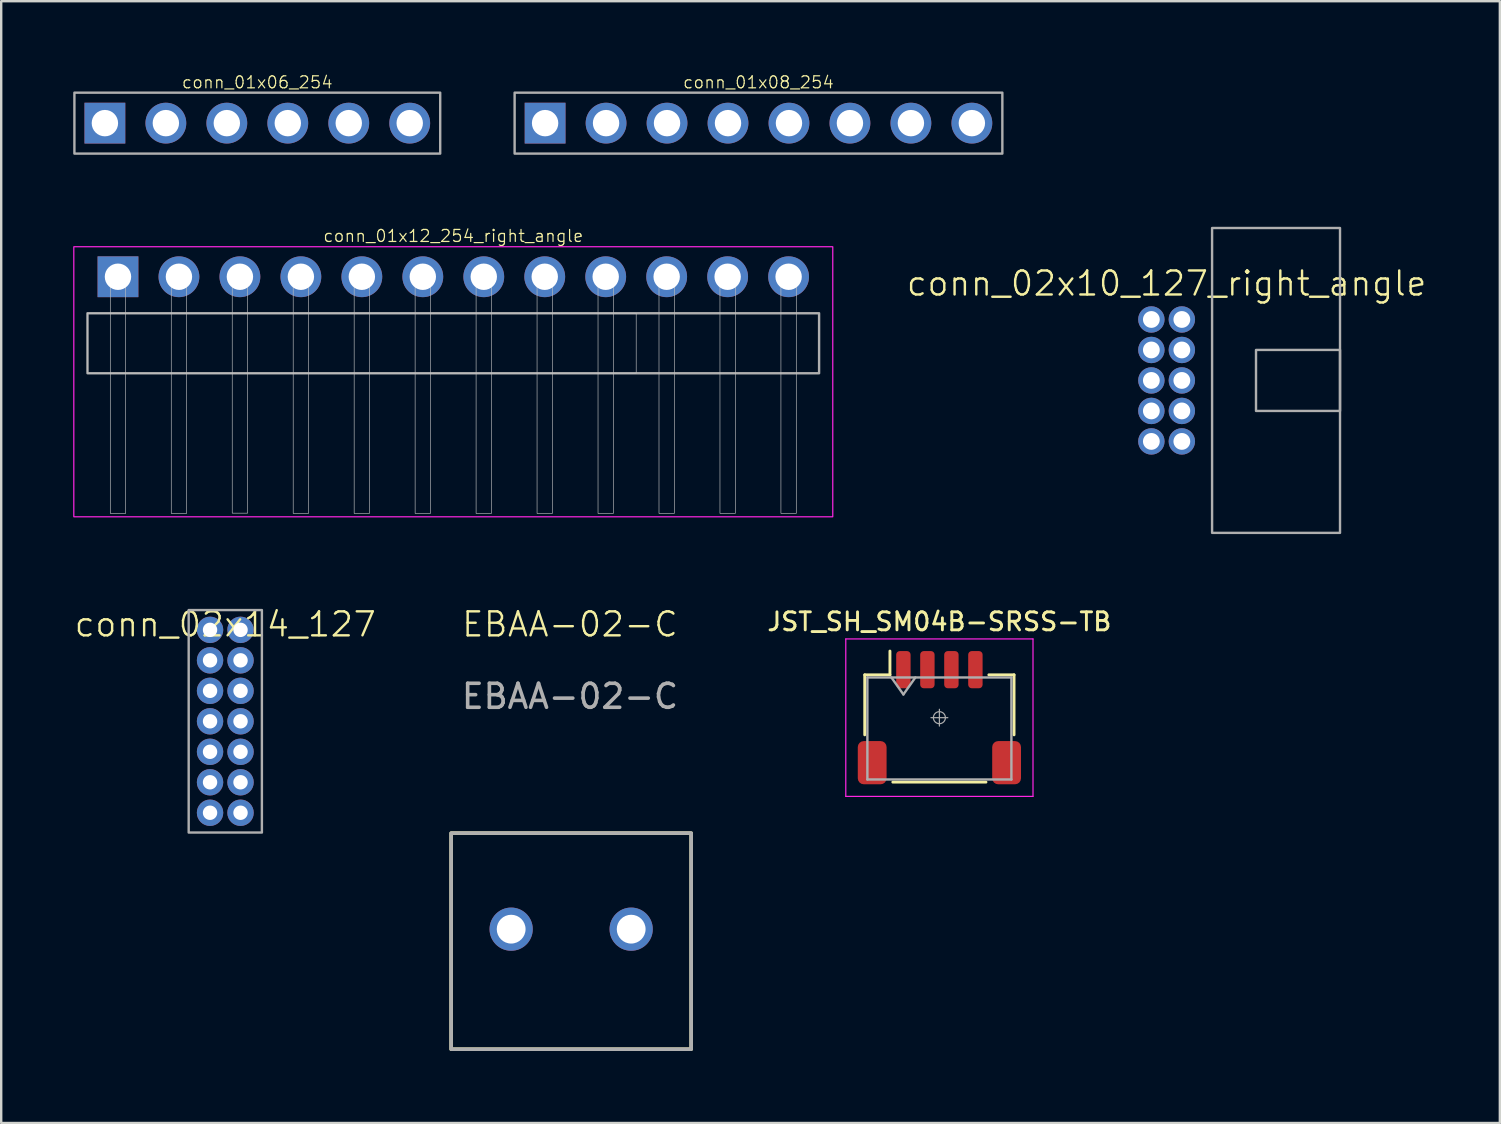
<source format=kicad_pcb>
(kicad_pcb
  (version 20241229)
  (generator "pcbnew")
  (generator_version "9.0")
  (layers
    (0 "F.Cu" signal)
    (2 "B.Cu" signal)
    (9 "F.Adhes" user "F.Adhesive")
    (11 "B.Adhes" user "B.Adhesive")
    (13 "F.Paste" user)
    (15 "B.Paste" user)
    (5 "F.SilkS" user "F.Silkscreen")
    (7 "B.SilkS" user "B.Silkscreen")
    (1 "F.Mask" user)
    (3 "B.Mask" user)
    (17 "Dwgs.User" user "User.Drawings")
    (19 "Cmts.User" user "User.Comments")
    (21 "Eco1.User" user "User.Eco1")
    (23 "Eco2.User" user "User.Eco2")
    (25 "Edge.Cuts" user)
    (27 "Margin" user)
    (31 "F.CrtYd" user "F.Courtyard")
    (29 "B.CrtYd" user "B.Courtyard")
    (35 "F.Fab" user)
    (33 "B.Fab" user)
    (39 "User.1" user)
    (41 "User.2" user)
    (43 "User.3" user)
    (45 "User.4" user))
  (footprint "conn_02x14_127"
    (layer "F.Cu")
    (at 6.336 27.001)
    (property "Reference" "conn_02x14_127" (at 0 -4.04 0) (unlocked yes) (layer "F.SilkS") (effects (font (size 1 1) (thickness 0.1))))
    (attr through_hole)
    (fp_rect (start -1.525 -4.635) (end 1.525 4.635) (stroke (width 0.1) (type solid)) (fill no) (layer "F.Fab"))
    (pad "1" thru_hole circle (at -0.635 -3.81) (size 1.1 1.1) (drill 0.6) (layers "*.Cu" "*.Mask"))
    (pad "2" thru_hole circle (at 0.635 -3.81) (size 1.1 1.1) (drill 0.6) (layers "*.Cu" "*.Mask"))
    (pad "3" thru_hole circle (at -0.635 -2.54) (size 1.1 1.1) (drill 0.6) (layers "*.Cu" "*.Mask"))
    (pad "4" thru_hole circle (at 0.635 -2.54) (size 1.1 1.1) (drill 0.6) (layers "*.Cu" "*.Mask"))
    (pad "5" thru_hole circle (at -0.635 -1.27) (size 1.1 1.1) (drill 0.6) (layers "*.Cu" "*.Mask"))
    (pad "6" thru_hole circle (at 0.635 -1.27) (size 1.1 1.1) (drill 0.6) (layers "*.Cu" "*.Mask"))
    (pad "7" thru_hole circle (at -0.635 0) (size 1.1 1.1) (drill 0.6) (layers "*.Cu" "*.Mask"))
    (pad "8" thru_hole circle (at 0.635 0) (size 1.1 1.1) (drill 0.6) (layers "*.Cu" "*.Mask"))
    (pad "9" thru_hole circle (at -0.635 1.27) (size 1.1 1.1) (drill 0.6) (layers "*.Cu" "*.Mask"))
    (pad "10" thru_hole circle (at 0.635 1.27) (size 1.1 1.1) (drill 0.6) (layers "*.Cu" "*.Mask"))
    (pad "11" thru_hole circle (at -0.635 2.54) (size 1.1 1.1) (drill 0.6) (layers "*.Cu" "*.Mask"))
    (pad "12" thru_hole circle (at 0.635 2.54) (size 1.1 1.1) (drill 0.6) (layers "*.Cu" "*.Mask"))
    (pad "13" thru_hole circle (at -0.635 3.81) (size 1.1 1.1) (drill 0.6) (layers "*.Cu" "*.Mask"))
    (pad "14" thru_hole circle (at 0.635 3.81) (size 1.1 1.1) (drill 0.6) (layers "*.Cu" "*.Mask")))
  (footprint "JST_SH_SM04B-SRSS-TB"
    (layer "F.Cu")
    (at 36.087 26.85)
    (property "Reference" "JST_SH_SM04B-SRSS-TB" (at 0 -4 0) (unlocked yes) (layer "F.SilkS") (effects (font (size 0.75 0.75) (thickness 0.12))))
    (attr smd)
    (fp_line (start -3.11 -1.785) (end -2.06 -1.785) (stroke (width 0.12) (type solid)) (layer "F.SilkS"))
    (fp_line (start -3.11 0.715) (end -3.11 -1.785) (stroke (width 0.12) (type solid)) (layer "F.SilkS"))
    (fp_line (start -2.06 -1.785) (end -2.06 -2.775) (stroke (width 0.12) (type solid)) (layer "F.SilkS"))
    (fp_line (start -1.94 2.685) (end 1.94 2.685) (stroke (width 0.12) (type solid)) (layer "F.SilkS"))
    (fp_line (start 3.11 -1.785) (end 2.06 -1.785) (stroke (width 0.12) (type solid)) (layer "F.SilkS"))
    (fp_line (start 3.11 0.715) (end 3.11 -1.785) (stroke (width 0.12) (type solid)) (layer "F.SilkS"))
    (fp_line (start -3.9 -3.28) (end -3.9 3.28) (stroke (width 0.05) (type solid)) (layer "F.CrtYd"))
    (fp_line (start -3.9 3.28) (end 3.9 3.28) (stroke (width 0.05) (type solid)) (layer "F.CrtYd"))
    (fp_line (start 3.9 -3.28) (end -3.9 -3.28) (stroke (width 0.05) (type solid)) (layer "F.CrtYd"))
    (fp_line (start 3.9 3.28) (end 3.9 -3.28) (stroke (width 0.05) (type solid)) (layer "F.CrtYd"))
    (fp_line (start -3 -1.675) (end -3 2.575) (stroke (width 0.1) (type solid)) (layer "F.Fab"))
    (fp_line (start -3 -1.675) (end 3 -1.675) (stroke (width 0.1) (type solid)) (layer "F.Fab"))
    (fp_line (start -3 2.575) (end 3 2.575) (stroke (width 0.1) (type solid)) (layer "F.Fab"))
    (fp_line (start -2 -1.675) (end -1.5 -0.968) (stroke (width 0.1) (type solid)) (layer "F.Fab"))
    (fp_line (start -1.5 -0.968) (end -1 -1.675) (stroke (width 0.1) (type solid)) (layer "F.Fab"))
    (fp_line (start -0.35 0) (end 0.35 0) (stroke (width 0.05) (type solid)) (layer "F.Fab"))
    (fp_line (start 0 -0.35) (end 0 0.35) (stroke (width 0.05) (type solid)) (layer "F.Fab"))
    (fp_line (start 3 -1.675) (end 3 2.575) (stroke (width 0.1) (type solid)) (layer "F.Fab"))
    (fp_circle (center 0 0) (end 0.25 0) (stroke (width 0.05) (type solid)) (fill no) (layer "F.Fab"))
    (pad "1" smd roundrect (at -1.5 -2) (size 0.6 1.55) (layers "F.Cu" "F.Mask" "F.Paste") (roundrect_rratio 0.25))
    (pad "2" smd roundrect (at -0.5 -2) (size 0.6 1.55) (layers "F.Cu" "F.Mask" "F.Paste") (roundrect_rratio 0.25))
    (pad "3" smd roundrect (at 0.5 -2) (size 0.6 1.55) (layers "F.Cu" "F.Mask" "F.Paste") (roundrect_rratio 0.25))
    (pad "4" smd roundrect (at 1.5 -2) (size 0.6 1.55) (layers "F.Cu" "F.Mask" "F.Paste") (roundrect_rratio 0.25))
    (pad "MP" smd roundrect (at -2.8 1.875) (size 1.2 1.8) (layers "F.Cu" "F.Mask" "F.Paste") (roundrect_rratio 0.208))
    (pad "MP" smd roundrect (at 2.8 1.875) (size 1.2 1.8) (layers "F.Cu" "F.Mask" "F.Paste") (roundrect_rratio 0.208)))
  (footprint "conn_01x12_254_right_angle"
    (layer "F.Cu")
    (at 15.835 8.48)
    (property "Reference" "conn_01x12_254_right_angle" (at 0 -1.7 0) (unlocked yes) (layer "F.SilkS") (effects (font (size 0.5 0.5) (thickness 0.05))))
    (attr through_hole)
    (fp_rect (start -15.24 1.52) (end 7.62 4.02) (stroke (width 0.025) (type default)) (fill no) (layer "Dwgs.User"))
    (fp_rect (start -14.29 -0.32) (end -13.65 0.32) (stroke (width 0.025) (type default)) (fill no) (layer "Dwgs.User"))
    (fp_rect (start -14.29 0.32) (end -13.65 9.86) (stroke (width 0.025) (type default)) (fill no) (layer "Dwgs.User"))
    (fp_rect (start -11.75 -0.32) (end -11.11 0.32) (stroke (width 0.025) (type default)) (fill no) (layer "Dwgs.User"))
    (fp_rect (start -11.75 0.32) (end -11.11 9.86) (stroke (width 0.025) (type default)) (fill no) (layer "Dwgs.User"))
    (fp_rect (start -9.21 -0.33) (end -8.57 0.31) (stroke (width 0.025) (type default)) (fill no) (layer "Dwgs.User"))
    (fp_rect (start -9.21 0.31) (end -8.57 9.85) (stroke (width 0.025) (type default)) (fill no) (layer "Dwgs.User"))
    (fp_rect (start -6.67 -0.32) (end -6.03 0.32) (stroke (width 0.025) (type default)) (fill no) (layer "Dwgs.User"))
    (fp_rect (start -6.67 0.32) (end -6.03 9.86) (stroke (width 0.025) (type default)) (fill no) (layer "Dwgs.User"))
    (fp_rect (start -4.13 -0.32) (end -3.49 0.32) (stroke (width 0.025) (type default)) (fill no) (layer "Dwgs.User"))
    (fp_rect (start -4.13 0.32) (end -3.49 9.86) (stroke (width 0.025) (type default)) (fill no) (layer "Dwgs.User"))
    (fp_rect (start -1.59 -0.32) (end -0.95 0.32) (stroke (width 0.025) (type default)) (fill no) (layer "Dwgs.User"))
    (fp_rect (start -1.59 0.32) (end -0.95 9.86) (stroke (width 0.025) (type default)) (fill no) (layer "Dwgs.User"))
    (fp_rect (start 0.95 -0.32) (end 1.59 0.32) (stroke (width 0.025) (type default)) (fill no) (layer "Dwgs.User"))
    (fp_rect (start 0.95 0.32) (end 1.59 9.86) (stroke (width 0.025) (type default)) (fill no) (layer "Dwgs.User"))
    (fp_rect (start 3.49 -0.32) (end 4.13 0.32) (stroke (width 0.025) (type default)) (fill no) (layer "Dwgs.User"))
    (fp_rect (start 3.49 0.32) (end 4.13 9.86) (stroke (width 0.025) (type default)) (fill no) (layer "Dwgs.User"))
    (fp_rect (start 6.03 -0.32) (end 6.67 0.32) (stroke (width 0.025) (type default)) (fill no) (layer "Dwgs.User"))
    (fp_rect (start 6.03 0.32) (end 6.67 9.86) (stroke (width 0.025) (type default)) (fill no) (layer "Dwgs.User"))
    (fp_rect (start 8.57 -0.32) (end 9.21 0.32) (stroke (width 0.025) (type default)) (fill no) (layer "Dwgs.User"))
    (fp_rect (start 8.57 0.32) (end 9.21 9.86) (stroke (width 0.025) (type default)) (fill no) (layer "Dwgs.User"))
    (fp_rect (start 11.11 -0.32) (end 11.75 0.32) (stroke (width 0.025) (type default)) (fill no) (layer "Dwgs.User"))
    (fp_rect (start 11.11 0.32) (end 11.75 9.86) (stroke (width 0.025) (type default)) (fill no) (layer "Dwgs.User"))
    (fp_rect (start 13.65 -0.32) (end 14.29 0.32) (stroke (width 0.025) (type default)) (fill no) (layer "Dwgs.User"))
    (fp_rect (start 13.65 0.32) (end 14.29 9.86) (stroke (width 0.025) (type default)) (fill no) (layer "Dwgs.User"))
    (fp_rect (start -15.81 -1.25) (end 15.81 10) (stroke (width 0.05) (type default)) (fill no) (layer "F.CrtYd"))
    (fp_rect (start -15.24 1.52) (end 15.24 4.02) (stroke (width 0.1) (type default)) (fill no) (layer "F.Fab"))
    (pad "1" thru_hole rect (at -13.97 0 90) (size 1.7 1.7) (drill 1.1) (layers "*.Cu" "*.Mask"))
    (pad "2" thru_hole circle (at -11.43 0 90) (size 1.7 1.7) (drill 1.1) (layers "*.Cu" "*.Mask"))
    (pad "3" thru_hole circle (at -8.89 0 90) (size 1.7 1.7) (drill 1.1) (layers "*.Cu" "*.Mask"))
    (pad "4" thru_hole circle (at -6.35 0 90) (size 1.7 1.7) (drill 1.1) (layers "*.Cu" "*.Mask"))
    (pad "5" thru_hole circle (at -3.81 0 90) (size 1.7 1.7) (drill 1.1) (layers "*.Cu" "*.Mask"))
    (pad "6" thru_hole circle (at -1.27 0 90) (size 1.7 1.7) (drill 1.1) (layers "*.Cu" "*.Mask"))
    (pad "7" thru_hole circle (at 1.27 0 90) (size 1.7 1.7) (drill 1.1) (layers "*.Cu" "*.Mask"))
    (pad "8" thru_hole circle (at 3.81 0 90) (size 1.7 1.7) (drill 1.1) (layers "*.Cu" "*.Mask"))
    (pad "9" thru_hole circle (at 6.35 0 90) (size 1.7 1.7) (drill 1.1) (layers "*.Cu" "*.Mask"))
    (pad "10" thru_hole circle (at 8.89 0 90) (size 1.7 1.7) (drill 1.1) (layers "*.Cu" "*.Mask"))
    (pad "11" thru_hole circle (at 11.43 0 90) (size 1.7 1.7) (drill 1.1) (layers "*.Cu" "*.Mask"))
    (pad "12" thru_hole circle (at 13.97 0 90) (size 1.7 1.7) (drill 1.1) (layers "*.Cu" "*.Mask")))
  (footprint "conn_01x06_254"
    (layer "F.Cu")
    (at 7.67 2.08)
    (property "Reference" "conn_01x06_254" (at 0 -1.7 0) (unlocked yes) (layer "F.SilkS") (effects (font (size 0.5 0.5) (thickness 0.05))))
    (attr through_hole)
    (fp_rect (start -7.62 -1.27) (end 7.62 1.27) (stroke (width 0.1) (type solid)) (fill no) (layer "F.Fab"))
    (pad "1" thru_hole rect (at -6.35 0) (size 1.7 1.7) (drill 1.1) (layers "*.Cu" "*.Mask"))
    (pad "2" thru_hole circle (at -3.81 0) (size 1.7 1.7) (drill 1.1) (layers "*.Cu" "*.Mask"))
    (pad "3" thru_hole circle (at -1.27 0) (size 1.7 1.7) (drill 1.1) (layers "*.Cu" "*.Mask"))
    (pad "4" thru_hole circle (at 1.27 0) (size 1.7 1.7) (drill 1.1) (layers "*.Cu" "*.Mask"))
    (pad "5" thru_hole circle (at 3.81 0) (size 1.7 1.7) (drill 1.1) (layers "*.Cu" "*.Mask"))
    (pad "6" thru_hole circle (at 6.35 0) (size 1.7 1.7) (drill 1.1) (layers "*.Cu" "*.Mask")))
  (footprint "conn_01x08_254"
    (layer "F.Cu")
    (at 28.55 2.08)
    (property "Reference" "conn_01x08_254" (at 0 -1.7 0) (unlocked yes) (layer "F.SilkS") (effects (font (size 0.5 0.5) (thickness 0.05))))
    (attr through_hole)
    (fp_rect (start -10.16 -1.27) (end 10.16 1.27) (stroke (width 0.1) (type solid)) (fill no) (layer "F.Fab"))
    (pad "1" thru_hole rect (at -8.89 0) (size 1.7 1.7) (drill 1.1) (layers "*.Cu" "*.Mask"))
    (pad "2" thru_hole circle (at -6.35 0) (size 1.7 1.7) (drill 1.1) (layers "*.Cu" "*.Mask"))
    (pad "3" thru_hole circle (at -3.81 0) (size 1.7 1.7) (drill 1.1) (layers "*.Cu" "*.Mask"))
    (pad "4" thru_hole circle (at -1.27 0) (size 1.7 1.7) (drill 1.1) (layers "*.Cu" "*.Mask"))
    (pad "5" thru_hole circle (at 1.27 0) (size 1.7 1.7) (drill 1.1) (layers "*.Cu" "*.Mask"))
    (pad "6" thru_hole circle (at 3.81 0) (size 1.7 1.7) (drill 1.1) (layers "*.Cu" "*.Mask"))
    (pad "7" thru_hole circle (at 6.35 0) (size 1.7 1.7) (drill 1.1) (layers "*.Cu" "*.Mask"))
    (pad "8" thru_hole circle (at 8.89 0) (size 1.7 1.7) (drill 1.1) (layers "*.Cu" "*.Mask")))
  (footprint "conn_02x10_127_right_angle"
    (layer "F.Cu")
    (at 45.553 12.8)
    (property "Reference" "conn_02x10_127_right_angle" (at 0 -4.04 0) (unlocked yes) (layer "F.SilkS") (effects (font (size 1 1) (thickness 0.1))))
    (attr through_hole)
    (fp_rect (start 1.895 -6.35) (end 7.225 6.35) (stroke (width 0.1) (type solid)) (fill no) (layer "F.Fab"))
    (fp_rect (start 3.725 -1.27) (end 7.225 1.27) (stroke (width 0.1) (type solid)) (fill no) (layer "F.Fab"))
    (pad "1" thru_hole circle (at -0.635 -2.54) (size 1.1 1.1) (drill 0.7) (layers "*.Cu" "*.Mask"))
    (pad "2" thru_hole circle (at 0.635 -2.54) (size 1.1 1.1) (drill 0.7) (layers "*.Cu" "*.Mask"))
    (pad "3" thru_hole circle (at -0.635 -1.27) (size 1.1 1.1) (drill 0.7) (layers "*.Cu" "*.Mask"))
    (pad "4" thru_hole circle (at 0.635 -1.27) (size 1.1 1.1) (drill 0.7) (layers "*.Cu" "*.Mask"))
    (pad "5" thru_hole circle (at -0.635 0) (size 1.1 1.1) (drill 0.7) (layers "*.Cu" "*.Mask"))
    (pad "6" thru_hole circle (at 0.635 0) (size 1.1 1.1) (drill 0.7) (layers "*.Cu" "*.Mask"))
    (pad "7" thru_hole circle (at -0.635 1.27) (size 1.1 1.1) (drill 0.7) (layers "*.Cu" "*.Mask"))
    (pad "8" thru_hole circle (at 0.635 1.27) (size 1.1 1.1) (drill 0.7) (layers "*.Cu" "*.Mask"))
    (pad "9" thru_hole circle (at -0.635 2.54) (size 1.1 1.1) (drill 0.7) (layers "*.Cu" "*.Mask"))
    (pad "10" thru_hole circle (at 0.635 2.54) (size 1.1 1.1) (drill 0.7) (layers "*.Cu" "*.Mask")))
  (footprint "EBAA-02-C"
    (layer "F.Cu")
    (at 20.746 35.661)
    (property "Reference" "EBAA-02-C" (at -0.05 -12.7 0) (unlocked yes) (layer "F.SilkS") (effects (font (size 1 1) (thickness 0.1))))
    (attr through_hole)
    (fp_rect (start -5 -4) (end 5 5) (stroke (width 0.15) (type default)) (fill no) (layer "F.SilkS"))
    (fp_rect (start -5 -4) (end 5 5) (stroke (width 0.15) (type default)) (fill no) (layer "F.Fab"))
    (fp_text user "${REFERENCE}" (at -0.05 -9.7 0) (unlocked yes) (layer "F.Fab") (effects (font (size 1 1) (thickness 0.15))))
    (pad "1" thru_hole circle (at -2.5 0) (size 1.8 1.8) (drill 1.2) (layers "*.Cu" "*.Mask"))
    (pad "2" thru_hole circle (at 2.5 0) (size 1.8 1.8) (drill 1.2) (layers "*.Cu" "*.Mask")))
  (gr_rect
    (start -3 -3)
    (end 59.437 43.736)
    (stroke (width 0.1) (type default))
    (fill no)
    (layer "Edge.Cuts")))
</source>
